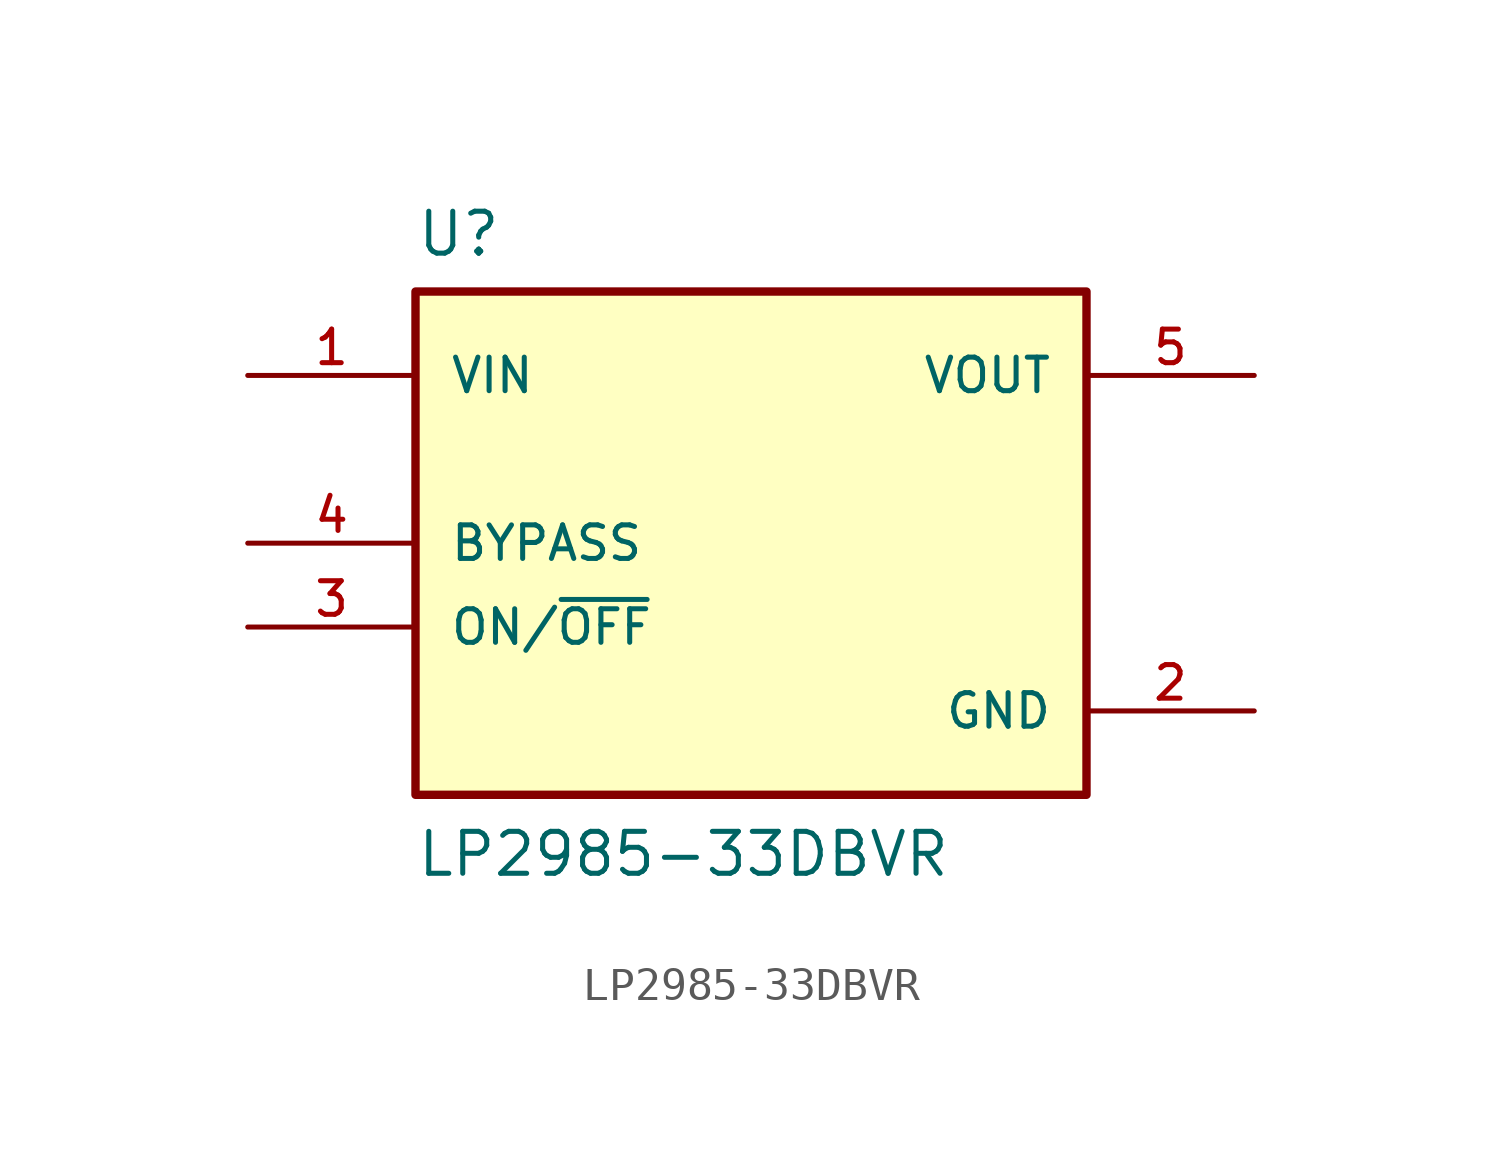
<source format=kicad_sym>
(kicad_symbol_lib
  (version 20241209)
  (generator "kicad_symbol_editor")
  (generator_version "9.0")
  (symbol "LP2985-33DBVR"
    (pin_names
      (offset 1.016))
    (property "Reference" "U"
      (at -10.16 8.62 0)
      (effects (font (size 1.27 1.27)) (justify left bottom)))
    (property "Value" "LP2985-33DBVR"
      (at -10.16 -10.16 0)
      (effects (font (size 1.27 1.27)) (justify left bottom)))
    (symbol "LP2985-33DBVR_0_0"
      (rectangle (start -10.16 -7.62) (end 10.16 7.62) (stroke (width 0.254) (type default)) (fill (type background)))
      (pin input line (at -15.24 5.08 0) (length 5.08) (name "VIN" (effects (font (size 1.016 1.016)))) (number "1" (effects (font (size 1.016 1.016)))))
      (pin bidirectional line (at -15.24 0 0) (length 5.08) (name "BYPASS" (effects (font (size 1.016 1.016)))) (number "4" (effects (font (size 1.016 1.016)))))
      (pin input line (at -15.24 -2.54 0) (length 5.08) (name "ON/~{OFF}" (effects (font (size 1.016 1.016)))) (number "3" (effects (font (size 1.016 1.016)))))
      (pin output line (at 15.24 5.08 180) (length 5.08) (name "VOUT" (effects (font (size 1.016 1.016)))) (number "5" (effects (font (size 1.016 1.016)))))
      (pin power_in line (at 15.24 -5.08 180) (length 5.08) (name "GND" (effects (font (size 1.016 1.016)))) (number "2" (effects (font (size 1.016 1.016))))))))
</source>
